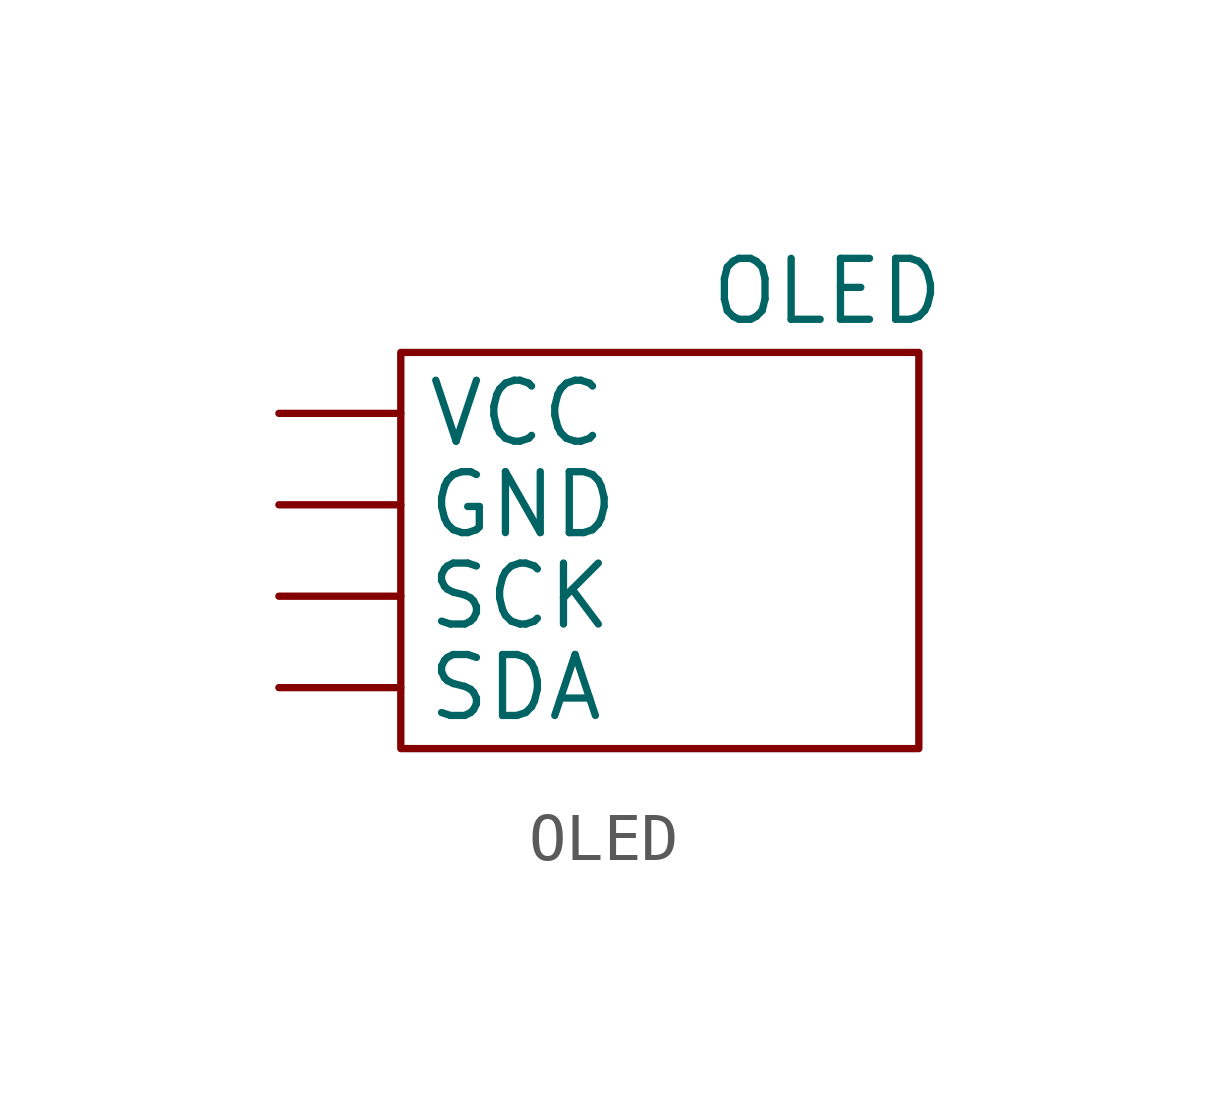
<source format=kicad_sym>
(kicad_symbol_lib
  (version 20211014)
  (generator kicad_symbol_editor)
  (symbol "OLED"
    (property "Reference" "OLED"
      (at 11.43 2.54 0)
      (effects (font (size 1.27 1.27)) hide))
    (property "Value" "OLED"
      (at 11.43 2.54 0)
      (effects (font (size 1.27 1.27))))
    (symbol "OLED_0_1"
      (rectangle (start 2.54 1.27) (end 13.335 -6.985) (stroke (width 0) (type default) (color 0 0 0 0)) (fill (type none))))
    (symbol "OLED_1_1"
      (pin output line (at 0 -1.905 0) (length 2.54) (name "GND" (effects (font (size 1.27 1.27)))) (number "" (effects (font (size 1.27 1.27)))))
      (pin input line (at 0 -3.81 0) (length 2.54) (name "SCK" (effects (font (size 1.27 1.27)))) (number "" (effects (font (size 1.27 1.27)))))
      (pin input line (at 0 -5.715 0) (length 2.54) (name "SDA" (effects (font (size 1.27 1.27)))) (number "" (effects (font (size 1.27 1.27)))))
      (pin input line (at 0 0 0) (length 2.54) (name "VCC" (effects (font (size 1.27 1.27)))) (number "" (effects (font (size 1.27 1.27))))))))
</source>
